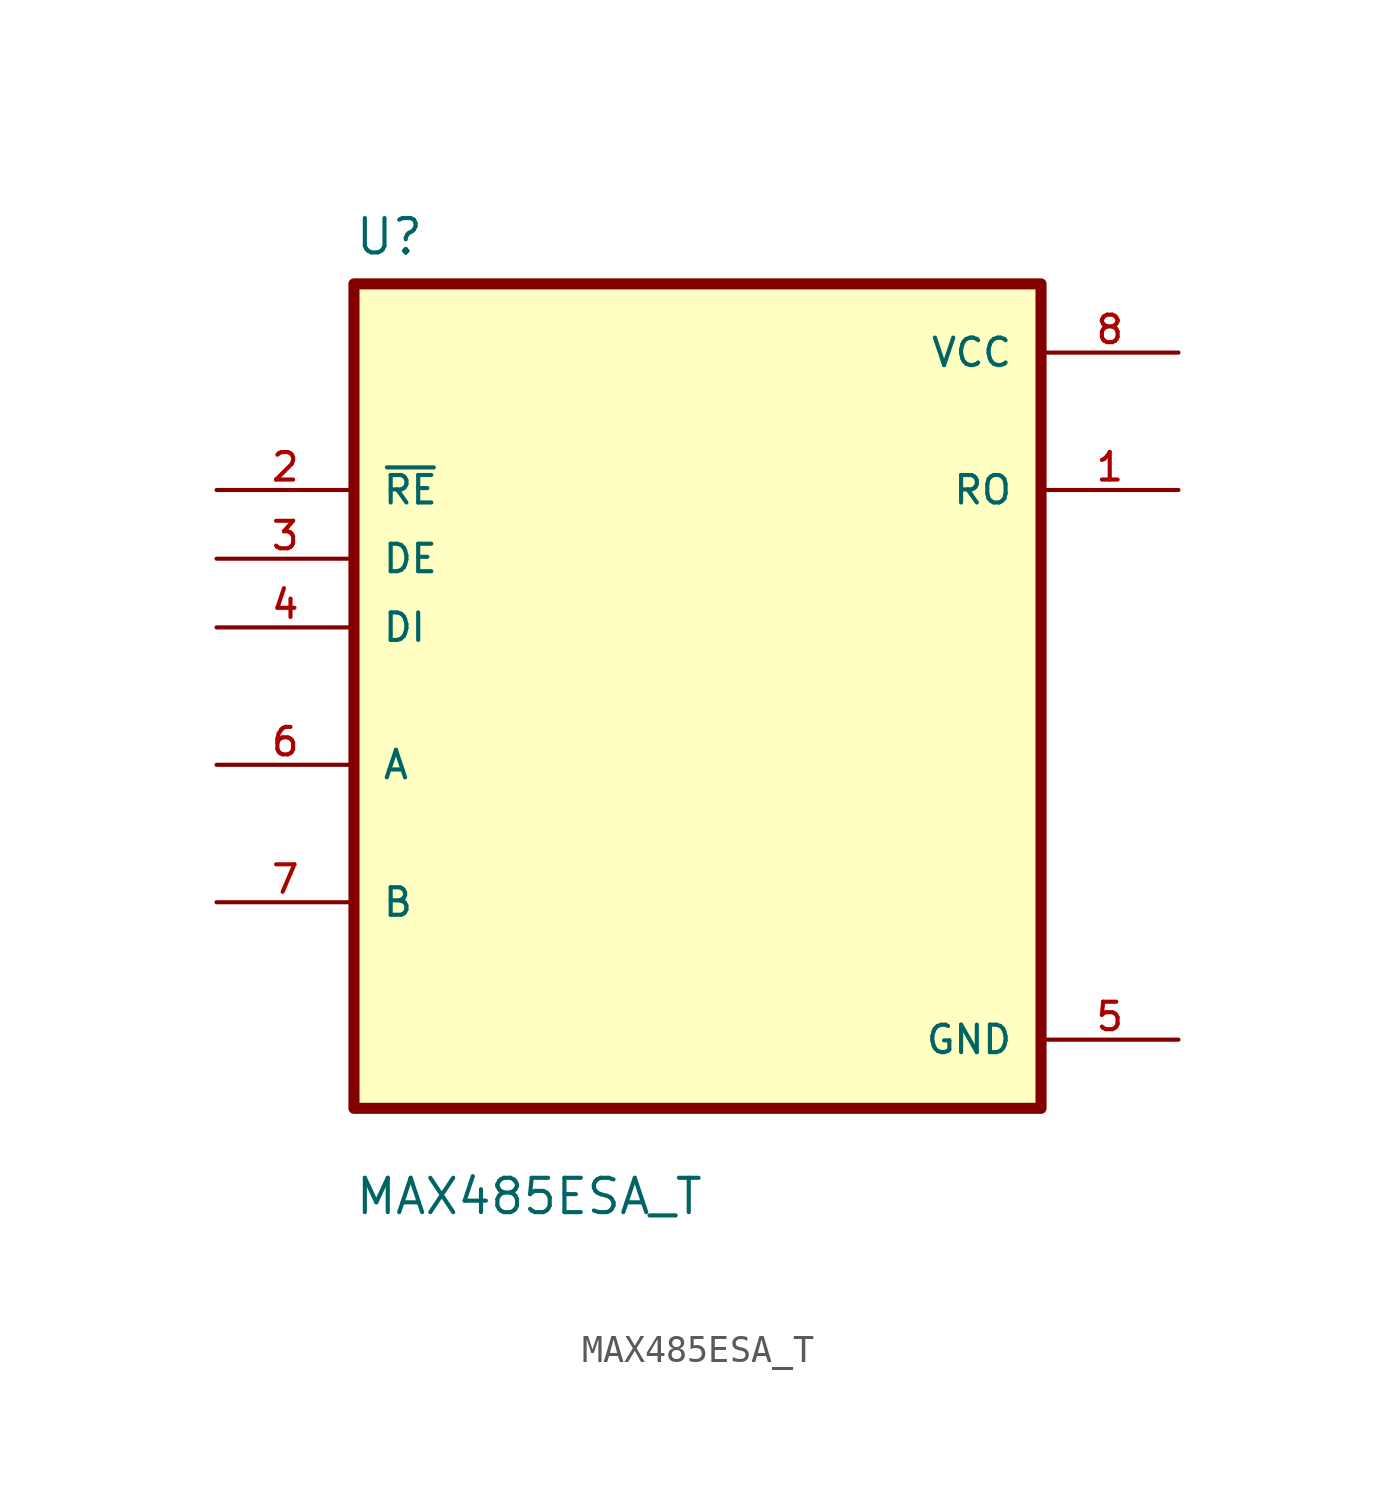
<source format=kicad_sym>
(kicad_symbol_lib
  (version 20211014)
  (generator kicad_symbol_editor)
  (symbol "MAX485ESA_T"
    (pin_names
      (offset 1.016))
    (property "Reference" "U"
      (at -12.7 16.24 0.0)
      (effects (font (size 1.27 1.27)) (justify bottom left)))
    (property "Value" "MAX485ESA_T"
      (at -12.7 -19.24 0.0)
      (effects (font (size 1.27 1.27)) (justify bottom left)))
    (symbol "MAX485ESA_T_0_0"
      (rectangle (start -12.7 -15.24) (end 12.7 15.24) (stroke (width 0.41)) (fill (type background)))
      (pin input line (at -17.78 7.62 0) (length 5.08) (name "~{RE}" (effects (font (size 1.016 1.016)))) (number "2" (effects (font (size 1.016 1.016)))))
      (pin input line (at -17.78 5.08 0) (length 5.08) (name "DE" (effects (font (size 1.016 1.016)))) (number "3" (effects (font (size 1.016 1.016)))))
      (pin input line (at -17.78 2.54 0) (length 5.08) (name "DI" (effects (font (size 1.016 1.016)))) (number "4" (effects (font (size 1.016 1.016)))))
      (pin bidirectional line (at -17.78 -2.54 0) (length 5.08) (name "A" (effects (font (size 1.016 1.016)))) (number "6" (effects (font (size 1.016 1.016)))))
      (pin bidirectional line (at -17.78 -7.62 0) (length 5.08) (name "B" (effects (font (size 1.016 1.016)))) (number "7" (effects (font (size 1.016 1.016)))))
      (pin power_in line (at 17.78 12.7 180.0) (length 5.08) (name "VCC" (effects (font (size 1.016 1.016)))) (number "8" (effects (font (size 1.016 1.016)))))
      (pin output line (at 17.78 7.62 180.0) (length 5.08) (name "RO" (effects (font (size 1.016 1.016)))) (number "1" (effects (font (size 1.016 1.016)))))
      (pin power_in line (at 17.78 -12.7 180.0) (length 5.08) (name "GND" (effects (font (size 1.016 1.016)))) (number "5" (effects (font (size 1.016 1.016))))))))
</source>
